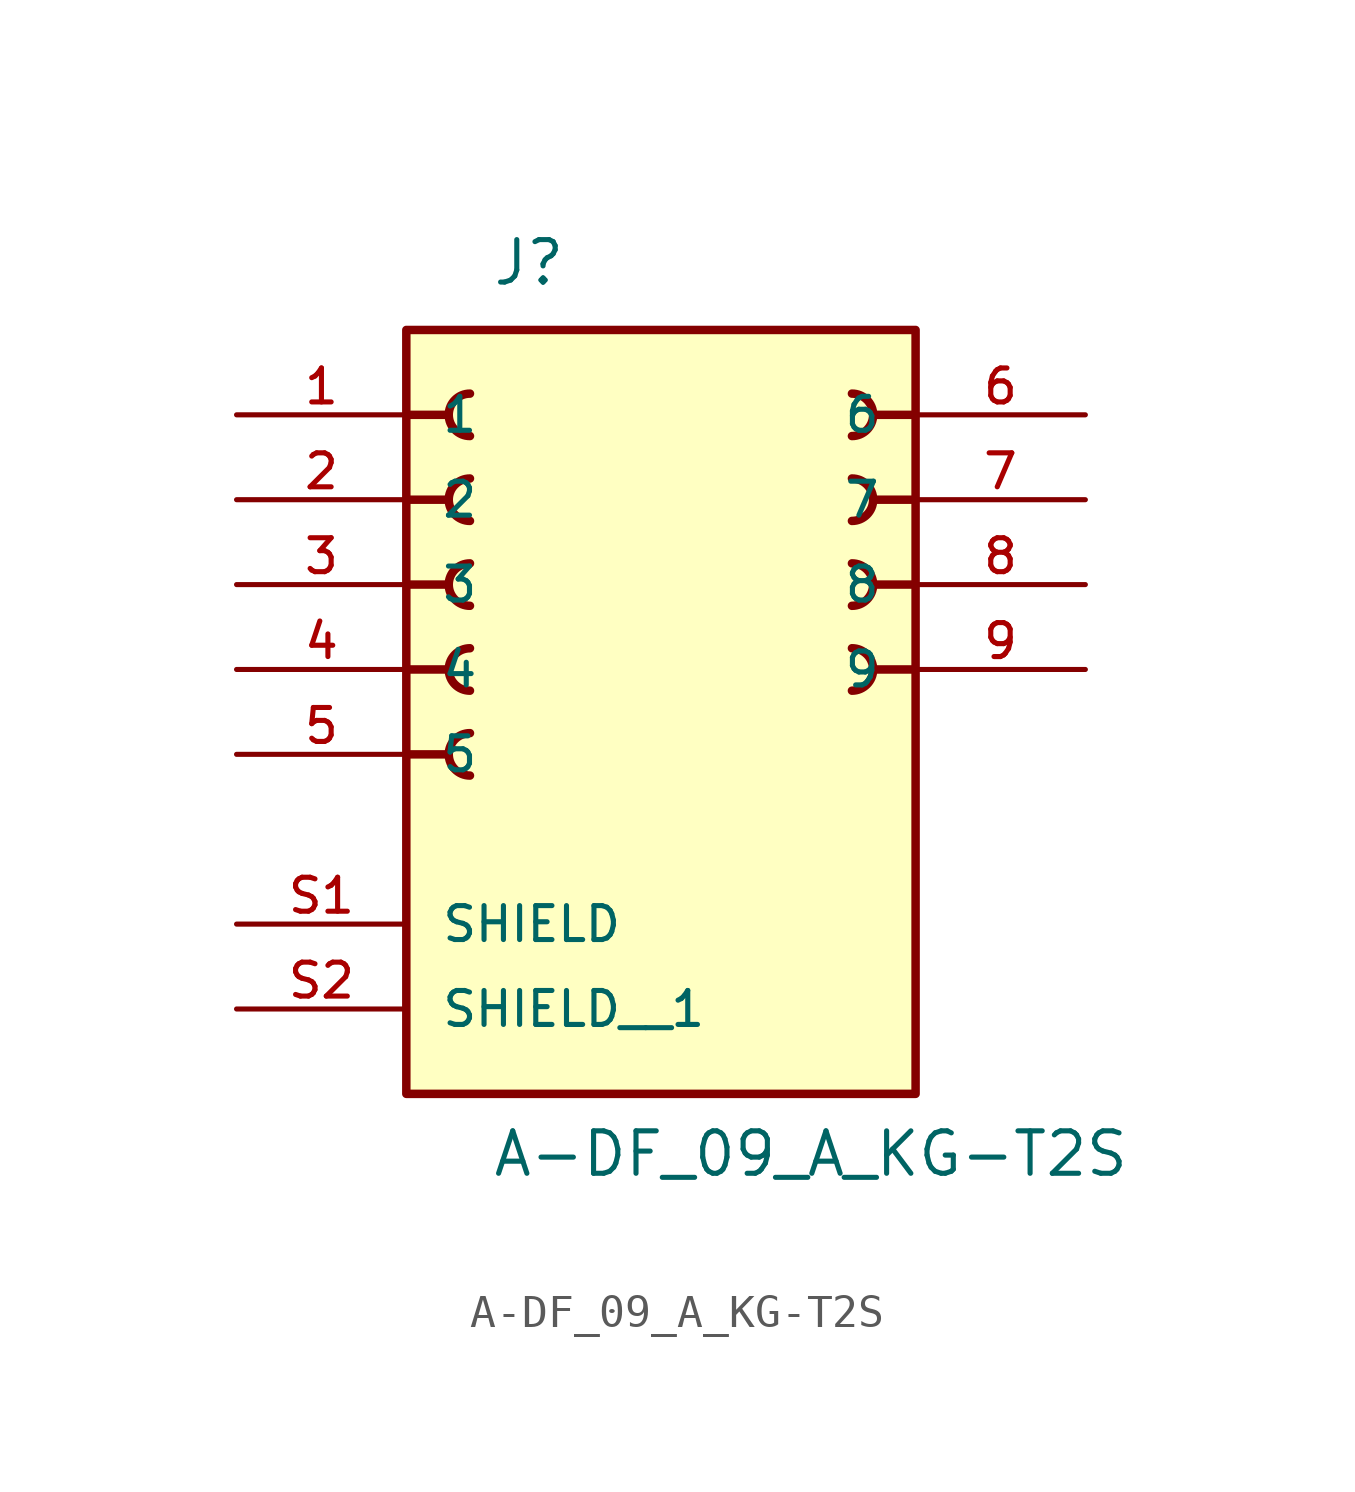
<source format=kicad_sym>
(kicad_symbol_lib
  (version 20211014)
  (generator kicad_symbol_editor)
  (symbol "A-DF_09_A_KG-T2S"
    (pin_names
      (offset 1.016))
    (property "Reference" "J"
      (at -5.08 11.43 0)
      (effects (font (size 1.27 1.27)) (justify bottom left)))
    (property "Value" "A-DF_09_A_KG-T2S"
      (at -5.08 -15.24 0)
      (effects (font (size 1.27 1.27)) (justify bottom left)))
    (symbol "A-DF_09_A_KG-T2S_0_0"
      (polyline (pts (xy 7.62 7.62) (xy 6.35 7.62)) (stroke (width 0.254)))
      (arc (start 5.715 6.985) (mid 6.35 7.62) (end 5.715 8.255) (stroke (width 0.254) (type default) (color 0 0 0 0)) (fill (type none)))
      (polyline (pts (xy 7.62 5.08) (xy 6.35 5.08)) (stroke (width 0.254)))
      (arc (start 5.715 4.445) (mid 6.35 5.08) (end 5.715 5.715) (stroke (width 0.254) (type default) (color 0 0 0 0)) (fill (type none)))
      (polyline (pts (xy 7.62 2.54) (xy 6.35 2.54)) (stroke (width 0.254)))
      (arc (start 5.715 1.905) (mid 6.35 2.54) (end 5.715 3.175) (stroke (width 0.254) (type default) (color 0 0 0 0)) (fill (type none)))
      (polyline (pts (xy 7.62 0.0) (xy 6.35 0.0)) (stroke (width 0.254)))
      (arc (start 5.715 -0.635) (mid 6.35 0.0) (end 5.715 0.635) (stroke (width 0.254) (type default) (color 0 0 0 0)) (fill (type none)))
      (polyline (pts (xy -7.62 -2.54) (xy -6.35 -2.54)) (stroke (width 0.254)))
      (arc (start -5.715 -1.905) (mid -6.35 -2.54) (end -5.715 -3.175) (stroke (width 0.254) (type default) (color 0 0 0 0)) (fill (type none)))
      (polyline (pts (xy -7.62 0.0) (xy -6.35 0.0)) (stroke (width 0.254)))
      (arc (start -5.715 0.635) (mid -6.35 -0.0) (end -5.715 -0.635) (stroke (width 0.254) (type default) (color 0 0 0 0)) (fill (type none)))
      (polyline (pts (xy -7.62 2.54) (xy -6.35 2.54)) (stroke (width 0.254)))
      (arc (start -5.715 3.175) (mid -6.35 2.54) (end -5.715 1.905) (stroke (width 0.254) (type default) (color 0 0 0 0)) (fill (type none)))
      (polyline (pts (xy -7.62 5.08) (xy -6.35 5.08)) (stroke (width 0.254)))
      (arc (start -5.715 5.715) (mid -6.35 5.08) (end -5.715 4.445) (stroke (width 0.254) (type default) (color 0 0 0 0)) (fill (type none)))
      (polyline (pts (xy -7.62 7.62) (xy -6.35 7.62)) (stroke (width 0.254)))
      (arc (start -5.715 8.255) (mid -6.35 7.62) (end -5.715 6.985) (stroke (width 0.254) (type default) (color 0 0 0 0)) (fill (type none)))
      (rectangle (start -7.62 -12.7) (end 7.62 10.16) (stroke (width 0.254)) (fill (type background)))
      (pin passive line (at -12.7 7.62 0) (length 5.08) (name "1" (effects (font (size 1.016 1.016)))) (number "1" (effects (font (size 1.016 1.016)))))
      (pin passive line (at -12.7 5.08 0) (length 5.08) (name "2" (effects (font (size 1.016 1.016)))) (number "2" (effects (font (size 1.016 1.016)))))
      (pin passive line (at -12.7 2.54 0) (length 5.08) (name "3" (effects (font (size 1.016 1.016)))) (number "3" (effects (font (size 1.016 1.016)))))
      (pin passive line (at -12.7 0.0 0) (length 5.08) (name "4" (effects (font (size 1.016 1.016)))) (number "4" (effects (font (size 1.016 1.016)))))
      (pin passive line (at -12.7 -2.54 0) (length 5.08) (name "5" (effects (font (size 1.016 1.016)))) (number "5" (effects (font (size 1.016 1.016)))))
      (pin passive line (at 12.7 7.62 180.0) (length 5.08) (name "6" (effects (font (size 1.016 1.016)))) (number "6" (effects (font (size 1.016 1.016)))))
      (pin passive line (at 12.7 5.08 180.0) (length 5.08) (name "7" (effects (font (size 1.016 1.016)))) (number "7" (effects (font (size 1.016 1.016)))))
      (pin passive line (at 12.7 2.54 180.0) (length 5.08) (name "8" (effects (font (size 1.016 1.016)))) (number "8" (effects (font (size 1.016 1.016)))))
      (pin passive line (at 12.7 0.0 180.0) (length 5.08) (name "9" (effects (font (size 1.016 1.016)))) (number "9" (effects (font (size 1.016 1.016)))))
      (pin passive line (at -12.7 -7.62 0) (length 5.08) (name "SHIELD" (effects (font (size 1.016 1.016)))) (number "S1" (effects (font (size 1.016 1.016)))))
      (pin passive line (at -12.7 -10.16 0) (length 5.08) (name "SHIELD__1" (effects (font (size 1.016 1.016)))) (number "S2" (effects (font (size 1.016 1.016))))))))
</source>
